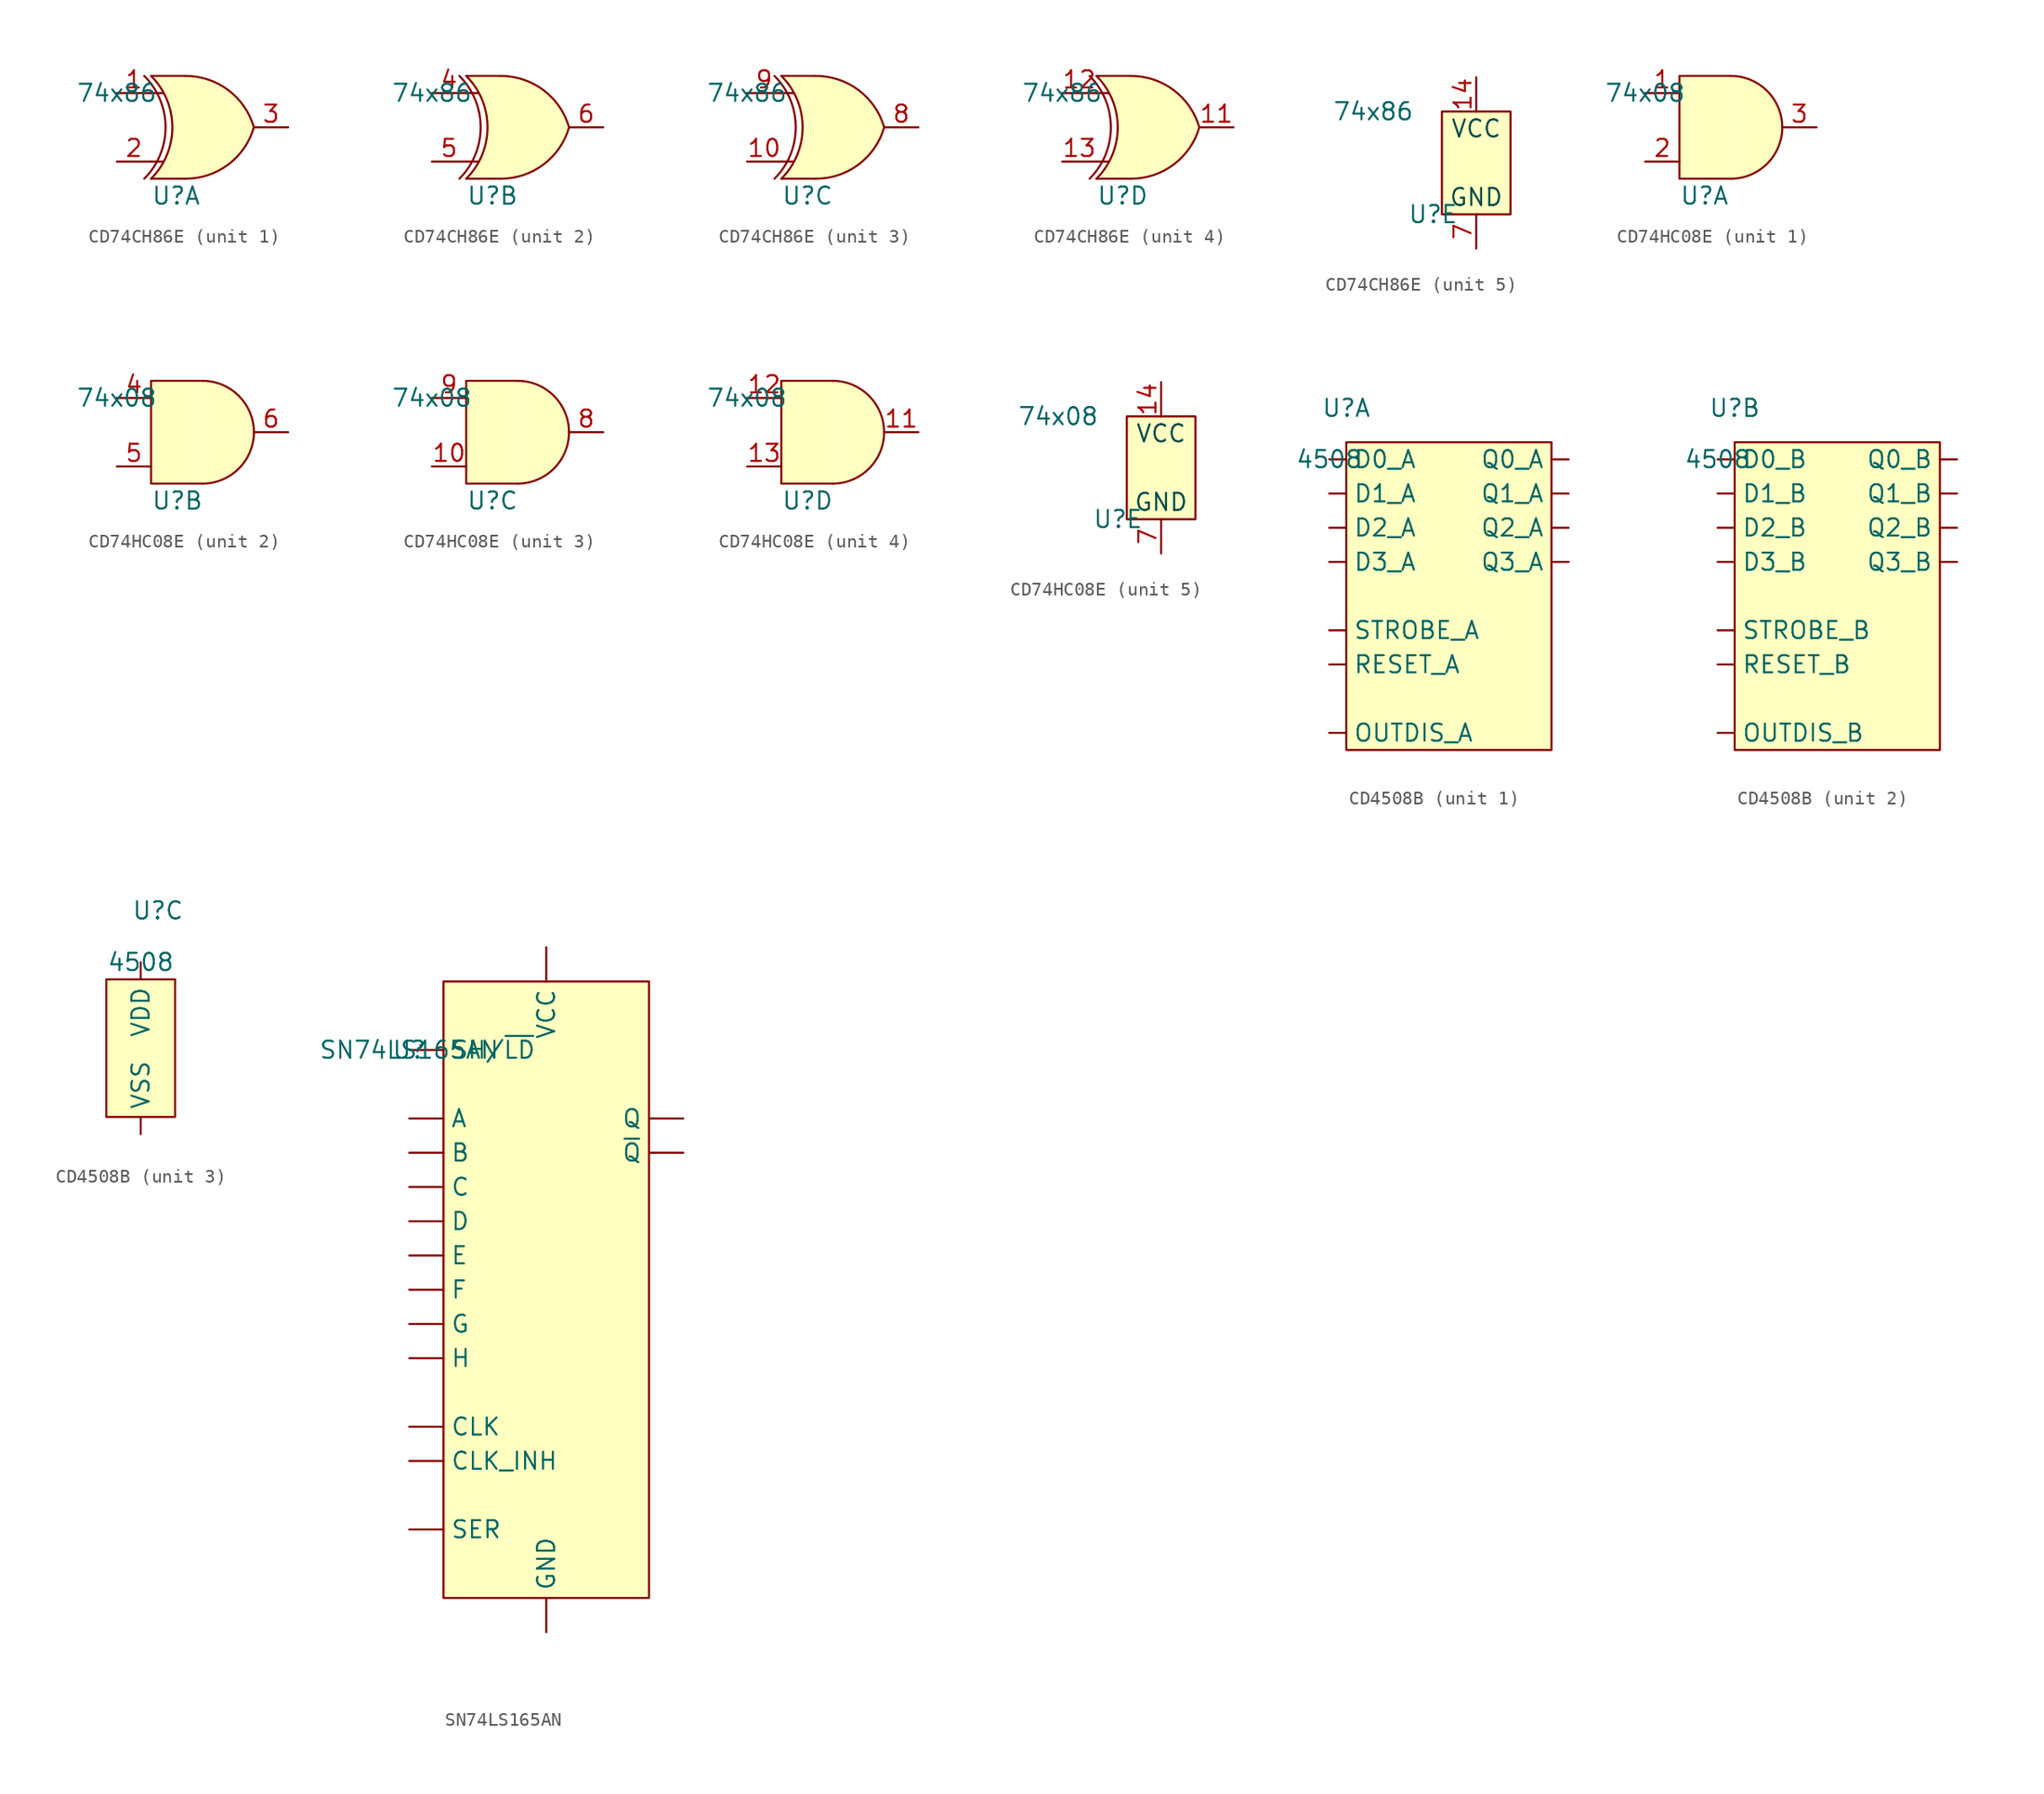
<source format=kicad_sym>
(kicad_symbol_lib
  (version 20231120)
  (generator "kicad_symbol_editor")
  (generator_version "8.0")
  (symbol "CD74CH86E"
    (pin_names hide)
    (property "Reference" "U"
      (at 2.54 -7.62 0)
      (effects (font (size 1.27 1.27)) (justify left)))
    (property "Value" "74x86"
      (at 0 0 0)
      (effects (font (size 1.27 1.27))))
    (symbol "CD74CH86E_1_0"
      (pin bidirectional line (at 0 0 0) (length 2.54) (name "1A" (effects (font (size 1.27 1.27)))) (number "1" (effects (font (size 1.27 1.27)))))
      (pin bidirectional line (at 0 -5.08 0) (length 2.54) (name "1B" (effects (font (size 1.27 1.27)))) (number "2" (effects (font (size 1.27 1.27)))))
      (pin bidirectional line (at 12.7 -2.54 180) (length 2.54) (name "1Y" (effects (font (size 1.27 1.27)))) (number "3" (effects (font (size 1.27 1.27))))))
    (symbol "CD74CH86E_1_1"
      (polyline (pts (xy 2.54 -6.35) (xy 5.08 -6.35)) (stroke (width 0) (type default)) (fill (type none)))
      (polyline (pts (xy 2.54 -5.08) (xy 3.429 -5.08)) (stroke (width 0) (type default)) (fill (type none)))
      (polyline (pts (xy 2.54 0) (xy 3.429 0)) (stroke (width 0) (type default)) (fill (type none)))
      (polyline (pts (xy 2.54 1.27) (xy 5.08 1.27)) (stroke (width 0) (type default)) (fill (type none)))
      (polyline (pts (xy 5.334 1.27) (xy 2.54 1.27) (xy 3.048 0.762) (xy 3.302 0.254) (xy 3.556 -0.254) (xy 3.81 -1.016) (xy 4.064 -2.54) (xy 3.81 -4.064) (xy 3.556 -4.826) (xy 3.302 -5.334) (xy 3.048 -5.842) (xy 2.54 -6.35) (xy 5.334 -6.35)) (stroke (width -0.0001) (type default)) (fill (type background)))
      (arc (start 2.0362 -6.35) (mid 3.6131 -2.54) (end 2.0362 1.27) (stroke (width 0) (type default)) (fill (type none)))
      (arc (start 2.54 -6.35) (mid 4.1169 -2.54) (end 2.54 1.27) (stroke (width 0) (type default)) (fill (type none)))
      (arc (start 5.08 -6.35) (mid 8.2601 -5.2984) (end 10.16 -2.54) (stroke (width 0) (type default)) (fill (type background)))
      (arc (start 10.16 -2.54) (mid 8.2601 0.2184) (end 5.08 1.27) (stroke (width 0) (type default)) (fill (type background))))
    (symbol "CD74CH86E_2_0"
      (pin bidirectional line (at 0 0 0) (length 2.54) (name "2A" (effects (font (size 1.27 1.27)))) (number "4" (effects (font (size 1.27 1.27)))))
      (pin bidirectional line (at 0 -5.08 0) (length 2.54) (name "2B" (effects (font (size 1.27 1.27)))) (number "5" (effects (font (size 1.27 1.27)))))
      (pin bidirectional line (at 12.7 -2.54 180) (length 2.54) (name "2Y" (effects (font (size 1.27 1.27)))) (number "6" (effects (font (size 1.27 1.27))))))
    (symbol "CD74CH86E_2_1"
      (polyline (pts (xy 2.544 -6.35) (xy 5.084 -6.35)) (stroke (width 0) (type default)) (fill (type none)))
      (polyline (pts (xy 2.544 -5.08) (xy 3.433 -5.08)) (stroke (width 0) (type default)) (fill (type none)))
      (polyline (pts (xy 2.544 0) (xy 3.433 0)) (stroke (width 0) (type default)) (fill (type none)))
      (polyline (pts (xy 2.544 1.27) (xy 5.084 1.27)) (stroke (width 0) (type default)) (fill (type none)))
      (polyline (pts (xy 5.334 1.27) (xy 2.544 1.27) (xy 3.052 0.762) (xy 3.306 0.254) (xy 3.56 -0.254) (xy 3.814 -1.016) (xy 4.068 -2.54) (xy 3.814 -4.064) (xy 3.56 -4.826) (xy 3.306 -5.334) (xy 3.052 -5.842) (xy 2.544 -6.35) (xy 5.334 -6.35)) (stroke (width -0.0001) (type default)) (fill (type background)))
      (arc (start 2.0363 -6.35) (mid 3.6132 -2.54) (end 2.0363 1.27) (stroke (width 0) (type default)) (fill (type none)))
      (arc (start 2.5443 -6.35) (mid 4.1212 -2.54) (end 2.5443 1.27) (stroke (width 0) (type default)) (fill (type none)))
      (arc (start 5.0843 -6.35) (mid 8.2643 -5.2984) (end 10.1643 -2.54) (stroke (width 0) (type default)) (fill (type background)))
      (arc (start 10.1643 -2.54) (mid 8.2644 0.2185) (end 5.0843 1.27) (stroke (width 0) (type default)) (fill (type background))))
    (symbol "CD74CH86E_3_0"
      (pin bidirectional line (at 0 -5.08 0) (length 2.54) (name "3B" (effects (font (size 1.27 1.27)))) (number "10" (effects (font (size 1.27 1.27)))))
      (pin bidirectional line (at 12.7 -2.54 180) (length 2.54) (name "3Y" (effects (font (size 1.27 1.27)))) (number "8" (effects (font (size 1.27 1.27)))))
      (pin bidirectional line (at 0 0 0) (length 2.54) (name "3A" (effects (font (size 1.27 1.27)))) (number "9" (effects (font (size 1.27 1.27))))))
    (symbol "CD74CH86E_3_1"
      (polyline (pts (xy 2.544 -6.35) (xy 5.084 -6.35)) (stroke (width 0) (type default)) (fill (type none)))
      (polyline (pts (xy 2.544 -5.08) (xy 3.433 -5.08)) (stroke (width 0) (type default)) (fill (type none)))
      (polyline (pts (xy 2.544 0) (xy 3.433 0)) (stroke (width 0) (type default)) (fill (type none)))
      (polyline (pts (xy 2.544 1.27) (xy 5.084 1.27)) (stroke (width 0) (type default)) (fill (type none)))
      (polyline (pts (xy 5.334 1.27) (xy 2.544 1.27) (xy 3.052 0.762) (xy 3.306 0.254) (xy 3.56 -0.254) (xy 3.814 -1.016) (xy 4.068 -2.54) (xy 3.814 -4.064) (xy 3.56 -4.826) (xy 3.306 -5.334) (xy 3.052 -5.842) (xy 2.544 -6.35) (xy 5.334 -6.35)) (stroke (width -0.0001) (type default)) (fill (type background)))
      (arc (start 2.0363 -6.35) (mid 3.6132 -2.54) (end 2.0363 1.27) (stroke (width 0) (type default)) (fill (type none)))
      (arc (start 2.5443 -6.35) (mid 4.1212 -2.54) (end 2.5443 1.27) (stroke (width 0) (type default)) (fill (type none)))
      (arc (start 5.0843 -6.35) (mid 8.2643 -5.2984) (end 10.1643 -2.54) (stroke (width 0) (type default)) (fill (type background)))
      (arc (start 10.1643 -2.54) (mid 8.2644 0.2185) (end 5.0843 1.27) (stroke (width 0) (type default)) (fill (type background))))
    (symbol "CD74CH86E_4_0"
      (pin bidirectional line (at 12.7 -2.54 180) (length 2.54) (name "3Y" (effects (font (size 1.27 1.27)))) (number "11" (effects (font (size 1.27 1.27)))))
      (pin bidirectional line (at 0 0 0) (length 2.54) (name "4A" (effects (font (size 1.27 1.27)))) (number "12" (effects (font (size 1.27 1.27)))))
      (pin bidirectional line (at 0 -5.08 0) (length 2.54) (name "4B" (effects (font (size 1.27 1.27)))) (number "13" (effects (font (size 1.27 1.27))))))
    (symbol "CD74CH86E_4_1"
      (polyline (pts (xy 2.544 -6.35) (xy 5.084 -6.35)) (stroke (width 0) (type default)) (fill (type none)))
      (polyline (pts (xy 2.544 -5.08) (xy 3.433 -5.08)) (stroke (width 0) (type default)) (fill (type none)))
      (polyline (pts (xy 2.544 0) (xy 3.433 0)) (stroke (width 0) (type default)) (fill (type none)))
      (polyline (pts (xy 2.544 1.27) (xy 5.084 1.27)) (stroke (width 0) (type default)) (fill (type none)))
      (polyline (pts (xy 5.334 1.27) (xy 2.544 1.27) (xy 3.052 0.762) (xy 3.306 0.254) (xy 3.56 -0.254) (xy 3.814 -1.016) (xy 4.068 -2.54) (xy 3.814 -4.064) (xy 3.56 -4.826) (xy 3.306 -5.334) (xy 3.052 -5.842) (xy 2.544 -6.35) (xy 5.334 -6.35)) (stroke (width -0.0001) (type default)) (fill (type background)))
      (arc (start 2.0363 -6.35) (mid 3.6132 -2.54) (end 2.0363 1.27) (stroke (width 0) (type default)) (fill (type none)))
      (arc (start 2.5443 -6.35) (mid 4.1212 -2.54) (end 2.5443 1.27) (stroke (width 0) (type default)) (fill (type none)))
      (arc (start 5.0843 -6.35) (mid 8.2643 -5.2984) (end 10.1643 -2.54) (stroke (width 0) (type default)) (fill (type background)))
      (arc (start 10.1643 -2.54) (mid 8.2644 0.2185) (end 5.0843 1.27) (stroke (width 0) (type default)) (fill (type background))))
    (symbol "CD74CH86E_5_0"
      (pin power_in line (at 7.62 2.54 270) (length 2.54) (name "VCC" (effects (font (size 1.27 1.27)))) (number "14" (effects (font (size 1.27 1.27)))))
      (pin power_in line (at 7.62 -10.16 90) (length 2.54) (name "GND" (effects (font (size 1.27 1.27)))) (number "7" (effects (font (size 1.27 1.27))))))
    (symbol "CD74CH86E_5_1"
      (rectangle (start 5.08 0) (end 10.16 -7.62) (stroke (width 0) (type default)) (fill (type background)))
      (text "GND" (at 7.62 -6.35 0) (effects (font (size 1.27 1.27) (color 0 72 72 1))))
      (text "VCC" (at 7.62 -1.27 0) (effects (font (size 1.27 1.27) (color 0 72 72 1))))))
  (symbol "CD74HC08E"
    (pin_names hide)
    (property "Reference" "U"
      (at 2.54 -7.62 0)
      (effects (font (size 1.27 1.27)) (justify left)))
    (property "Value" "74x08"
      (at 0 0 0)
      (effects (font (size 1.27 1.27))))
    (symbol "CD74HC08E_1_0"
      (pin bidirectional line (at 0 0 0) (length 2.54) (name "1A" (effects (font (size 1.27 1.27)))) (number "1" (effects (font (size 1.27 1.27)))))
      (pin bidirectional line (at 0 -5.08 0) (length 2.54) (name "1B" (effects (font (size 1.27 1.27)))) (number "2" (effects (font (size 1.27 1.27)))))
      (pin bidirectional line (at 12.7 -2.54 180) (length 2.54) (name "1Y" (effects (font (size 1.27 1.27)))) (number "3" (effects (font (size 1.27 1.27))))))
    (symbol "CD74HC08E_1_1"
      (polyline (pts (xy 6.35 1.27) (xy 2.54 1.27) (xy 2.54 -6.35) (xy 6.35 -6.35)) (stroke (width 0) (type default)) (fill (type background)))
      (arc (start 6.35 -6.35) (mid 9.0441 -5.2341) (end 10.16 -2.54) (stroke (width 0) (type default)) (fill (type background)))
      (arc (start 10.16 -2.54) (mid 9.0441 0.1541) (end 6.35 1.27) (stroke (width 0) (type default)) (fill (type background))))
    (symbol "CD74HC08E_2_0"
      (pin bidirectional line (at 0 0 0) (length 2.54) (name "2A" (effects (font (size 1.27 1.27)))) (number "4" (effects (font (size 1.27 1.27)))))
      (pin bidirectional line (at 0 -5.08 0) (length 2.54) (name "2B" (effects (font (size 1.27 1.27)))) (number "5" (effects (font (size 1.27 1.27)))))
      (pin bidirectional line (at 12.7 -2.54 180) (length 2.54) (name "2Y" (effects (font (size 1.27 1.27)))) (number "6" (effects (font (size 1.27 1.27))))))
    (symbol "CD74HC08E_2_1"
      (polyline (pts (xy 6.35 1.27) (xy 2.54 1.27) (xy 2.54 -6.35) (xy 6.35 -6.35)) (stroke (width 0) (type default)) (fill (type background)))
      (arc (start 6.35 -6.35) (mid 9.0441 -5.2341) (end 10.16 -2.54) (stroke (width 0) (type default)) (fill (type background)))
      (arc (start 10.16 -2.54) (mid 9.0441 0.1541) (end 6.35 1.27) (stroke (width 0) (type default)) (fill (type background))))
    (symbol "CD74HC08E_3_0"
      (pin bidirectional line (at 0 -5.08 0) (length 2.54) (name "3B" (effects (font (size 1.27 1.27)))) (number "10" (effects (font (size 1.27 1.27)))))
      (pin bidirectional line (at 12.7 -2.54 180) (length 2.54) (name "3Y" (effects (font (size 1.27 1.27)))) (number "8" (effects (font (size 1.27 1.27)))))
      (pin bidirectional line (at 0 0 0) (length 2.54) (name "3A" (effects (font (size 1.27 1.27)))) (number "9" (effects (font (size 1.27 1.27))))))
    (symbol "CD74HC08E_3_1"
      (polyline (pts (xy 6.35 1.27) (xy 2.54 1.27) (xy 2.54 -6.35) (xy 6.35 -6.35)) (stroke (width 0) (type default)) (fill (type background)))
      (arc (start 6.35 -6.35) (mid 9.0441 -5.2341) (end 10.16 -2.54) (stroke (width 0) (type default)) (fill (type background)))
      (arc (start 10.16 -2.54) (mid 9.0441 0.1541) (end 6.35 1.27) (stroke (width 0) (type default)) (fill (type background))))
    (symbol "CD74HC08E_4_0"
      (pin bidirectional line (at 12.7 -2.54 180) (length 2.54) (name "3Y" (effects (font (size 1.27 1.27)))) (number "11" (effects (font (size 1.27 1.27)))))
      (pin bidirectional line (at 0 0 0) (length 2.54) (name "4A" (effects (font (size 1.27 1.27)))) (number "12" (effects (font (size 1.27 1.27)))))
      (pin bidirectional line (at 0 -5.08 0) (length 2.54) (name "4B" (effects (font (size 1.27 1.27)))) (number "13" (effects (font (size 1.27 1.27))))))
    (symbol "CD74HC08E_4_1"
      (polyline (pts (xy 6.35 1.27) (xy 2.54 1.27) (xy 2.54 -6.35) (xy 6.35 -6.35)) (stroke (width 0) (type default)) (fill (type background)))
      (arc (start 6.35 -6.35) (mid 9.0441 -5.2341) (end 10.16 -2.54) (stroke (width 0) (type default)) (fill (type background)))
      (arc (start 10.16 -2.54) (mid 9.0441 0.1541) (end 6.35 1.27) (stroke (width 0) (type default)) (fill (type background))))
    (symbol "CD74HC08E_5_0"
      (pin power_in line (at 7.62 2.54 270) (length 2.54) (name "VCC" (effects (font (size 1.27 1.27)))) (number "14" (effects (font (size 1.27 1.27)))))
      (pin power_in line (at 7.62 -10.16 90) (length 2.54) (name "GND" (effects (font (size 1.27 1.27)))) (number "7" (effects (font (size 1.27 1.27))))))
    (symbol "CD74HC08E_5_1"
      (rectangle (start 5.08 0) (end 10.16 -7.62) (stroke (width 0) (type default)) (fill (type background)))
      (text "GND" (at 7.62 -6.35 0) (effects (font (size 1.27 1.27) (color 0 72 72 1))))
      (text "VCC" (at 7.62 -1.27 0) (effects (font (size 1.27 1.27) (color 0 72 72 1))))))
  (symbol "CD4508B"
    (pin_numbers hide)
    (property "Reference" "U"
      (at 1.27 3.81 0)
      (effects (font (size 1.27 1.27))))
    (property "Value" "4508"
      (at 0 0 0)
      (effects (font (size 1.27 1.27))))
    (property "ki_locked" ""
      (at 0 0 0)
      (effects (font (size 1.27 1.27))))
    (symbol "CD4508B_1_1"
      (rectangle (start 1.27 1.27) (end 16.51 -21.59) (stroke (width 0) (type default)) (fill (type background)))
      (pin input line (at 0 -15.24 0) (length 1.27) (name "RESET_A" (effects (font (size 1.27 1.27)))) (number "1" (effects (font (size 1.27 1.27)))))
      (pin input line (at 0 -7.62 0) (length 1.27) (name "D3_A" (effects (font (size 1.27 1.27)))) (number "10" (effects (font (size 1.27 1.27)))))
      (pin output line (at 17.78 -7.62 180) (length 1.27) (name "Q3_A" (effects (font (size 1.27 1.27)))) (number "11" (effects (font (size 1.27 1.27)))))
      (pin input line (at 0 -12.7 0) (length 1.27) (name "STROBE_A" (effects (font (size 1.27 1.27)))) (number "2" (effects (font (size 1.27 1.27)))))
      (pin input line (at 0 -20.32 0) (length 1.27) (name "OUTDIS_A" (effects (font (size 1.27 1.27)))) (number "3" (effects (font (size 1.27 1.27)))))
      (pin input line (at 0 0 0) (length 1.27) (name "D0_A" (effects (font (size 1.27 1.27)))) (number "4" (effects (font (size 1.27 1.27)))))
      (pin output line (at 17.78 0 180) (length 1.27) (name "Q0_A" (effects (font (size 1.27 1.27)))) (number "5" (effects (font (size 1.27 1.27)))))
      (pin input line (at 0 -2.54 0) (length 1.27) (name "D1_A" (effects (font (size 1.27 1.27)))) (number "6" (effects (font (size 1.27 1.27)))))
      (pin output line (at 17.78 -2.54 180) (length 1.27) (name "Q1_A" (effects (font (size 1.27 1.27)))) (number "7" (effects (font (size 1.27 1.27)))))
      (pin input line (at 0 -5.08 0) (length 1.27) (name "D2_A" (effects (font (size 1.27 1.27)))) (number "8" (effects (font (size 1.27 1.27)))))
      (pin output line (at 17.78 -5.08 180) (length 1.27) (name "Q2_A" (effects (font (size 1.27 1.27)))) (number "9" (effects (font (size 1.27 1.27))))))
    (symbol "CD4508B_2_1"
      (rectangle (start 1.27 1.27) (end 16.51 -21.59) (stroke (width 0) (type default)) (fill (type background)))
      (pin input line (at 0 -15.24 0) (length 1.27) (name "RESET_B" (effects (font (size 1.27 1.27)))) (number "13" (effects (font (size 1.27 1.27)))))
      (pin input line (at 0 -12.7 0) (length 1.27) (name "STROBE_B" (effects (font (size 1.27 1.27)))) (number "14" (effects (font (size 1.27 1.27)))))
      (pin input line (at 0 -20.32 0) (length 1.27) (name "OUTDIS_B" (effects (font (size 1.27 1.27)))) (number "15" (effects (font (size 1.27 1.27)))))
      (pin input line (at 0 0 0) (length 1.27) (name "D0_B" (effects (font (size 1.27 1.27)))) (number "16" (effects (font (size 1.27 1.27)))))
      (pin output line (at 17.78 0 180) (length 1.27) (name "Q0_B" (effects (font (size 1.27 1.27)))) (number "17" (effects (font (size 1.27 1.27)))))
      (pin input line (at 0 -2.54 0) (length 1.27) (name "D1_B" (effects (font (size 1.27 1.27)))) (number "18" (effects (font (size 1.27 1.27)))))
      (pin output line (at 17.78 -2.54 180) (length 1.27) (name "Q1_B" (effects (font (size 1.27 1.27)))) (number "19" (effects (font (size 1.27 1.27)))))
      (pin input line (at 0 -5.08 0) (length 1.27) (name "D2_B" (effects (font (size 1.27 1.27)))) (number "20" (effects (font (size 1.27 1.27)))))
      (pin output line (at 17.78 -5.08 180) (length 1.27) (name "Q2_B" (effects (font (size 1.27 1.27)))) (number "21" (effects (font (size 1.27 1.27)))))
      (pin input line (at 0 -7.62 0) (length 1.27) (name "D3_B" (effects (font (size 1.27 1.27)))) (number "22" (effects (font (size 1.27 1.27)))))
      (pin output line (at 17.78 -7.62 180) (length 1.27) (name "Q3_B" (effects (font (size 1.27 1.27)))) (number "23" (effects (font (size 1.27 1.27))))))
    (symbol "CD4508B_3_1"
      (rectangle (start -2.54 -1.27) (end 2.54 -11.43) (stroke (width 0) (type default)) (fill (type background)))
      (pin power_in line (at 0 -12.7 90) (length 1.27) (name "VSS" (effects (font (size 1.27 1.27)))) (number "12" (effects (font (size 1.27 1.27)))))
      (pin power_in line (at 0 0 270) (length 1.27) (name "VDD" (effects (font (size 1.27 1.27)))) (number "24" (effects (font (size 1.27 1.27)))))))
  (symbol "SN74LS165AN"
    (pin_numbers hide)
    (property "Reference" "U"
      (at 0 0 0)
      (effects (font (size 1.27 1.27))))
    (property "Value" "SN74LS165AN"
      (at 0 0 0)
      (effects (font (size 1.27 1.27))))
    (symbol "SN74LS165AN_1_1"
      (rectangle (start 2.54 5.08) (end 17.78 -40.64) (stroke (width 0) (type default)) (fill (type background)))
      (pin input line (at 0 0 0) (length 2.54) (name "SH/~{LD}" (effects (font (size 1.27 1.27)))) (number "1" (effects (font (size 1.27 1.27)))))
      (pin input line (at 0 -35.56 0) (length 2.54) (name "SER" (effects (font (size 1.27 1.27)))) (number "10" (effects (font (size 1.27 1.27)))))
      (pin input line (at 0 -5.08 0) (length 2.54) (name "A" (effects (font (size 1.27 1.27)))) (number "11" (effects (font (size 1.27 1.27)))))
      (pin input line (at 0 -7.62 0) (length 2.54) (name "B" (effects (font (size 1.27 1.27)))) (number "12" (effects (font (size 1.27 1.27)))))
      (pin input line (at 0 -10.16 0) (length 2.54) (name "C" (effects (font (size 1.27 1.27)))) (number "13" (effects (font (size 1.27 1.27)))))
      (pin input line (at 0 -12.7 0) (length 2.54) (name "D" (effects (font (size 1.27 1.27)))) (number "14" (effects (font (size 1.27 1.27)))))
      (pin input line (at 0 -30.48 0) (length 2.54) (name "CLK_INH" (effects (font (size 1.27 1.27)))) (number "15" (effects (font (size 1.27 1.27)))))
      (pin power_in line (at 10.16 7.62 270) (length 2.54) (name "VCC" (effects (font (size 1.27 1.27)))) (number "16" (effects (font (size 1.27 1.27)))))
      (pin input line (at 0 -27.94 0) (length 2.54) (name "CLK" (effects (font (size 1.27 1.27)))) (number "2" (effects (font (size 1.27 1.27)))))
      (pin input line (at 0 -15.24 0) (length 2.54) (name "E" (effects (font (size 1.27 1.27)))) (number "3" (effects (font (size 1.27 1.27)))))
      (pin input line (at 0 -17.78 0) (length 2.54) (name "F" (effects (font (size 1.27 1.27)))) (number "4" (effects (font (size 1.27 1.27)))))
      (pin input line (at 0 -20.32 0) (length 2.54) (name "G" (effects (font (size 1.27 1.27)))) (number "5" (effects (font (size 1.27 1.27)))))
      (pin input line (at 0 -22.86 0) (length 2.54) (name "H" (effects (font (size 1.27 1.27)))) (number "6" (effects (font (size 1.27 1.27)))))
      (pin output line (at 20.32 -7.62 180) (length 2.54) (name "~{Q}" (effects (font (size 1.27 1.27)))) (number "7" (effects (font (size 1.27 1.27)))))
      (pin power_in line (at 10.16 -43.18 90) (length 2.54) (name "GND" (effects (font (size 1.27 1.27)))) (number "8" (effects (font (size 1.27 1.27)))))
      (pin output line (at 20.32 -5.08 180) (length 2.54) (name "Q" (effects (font (size 1.27 1.27)))) (number "9" (effects (font (size 1.27 1.27))))))))
</source>
